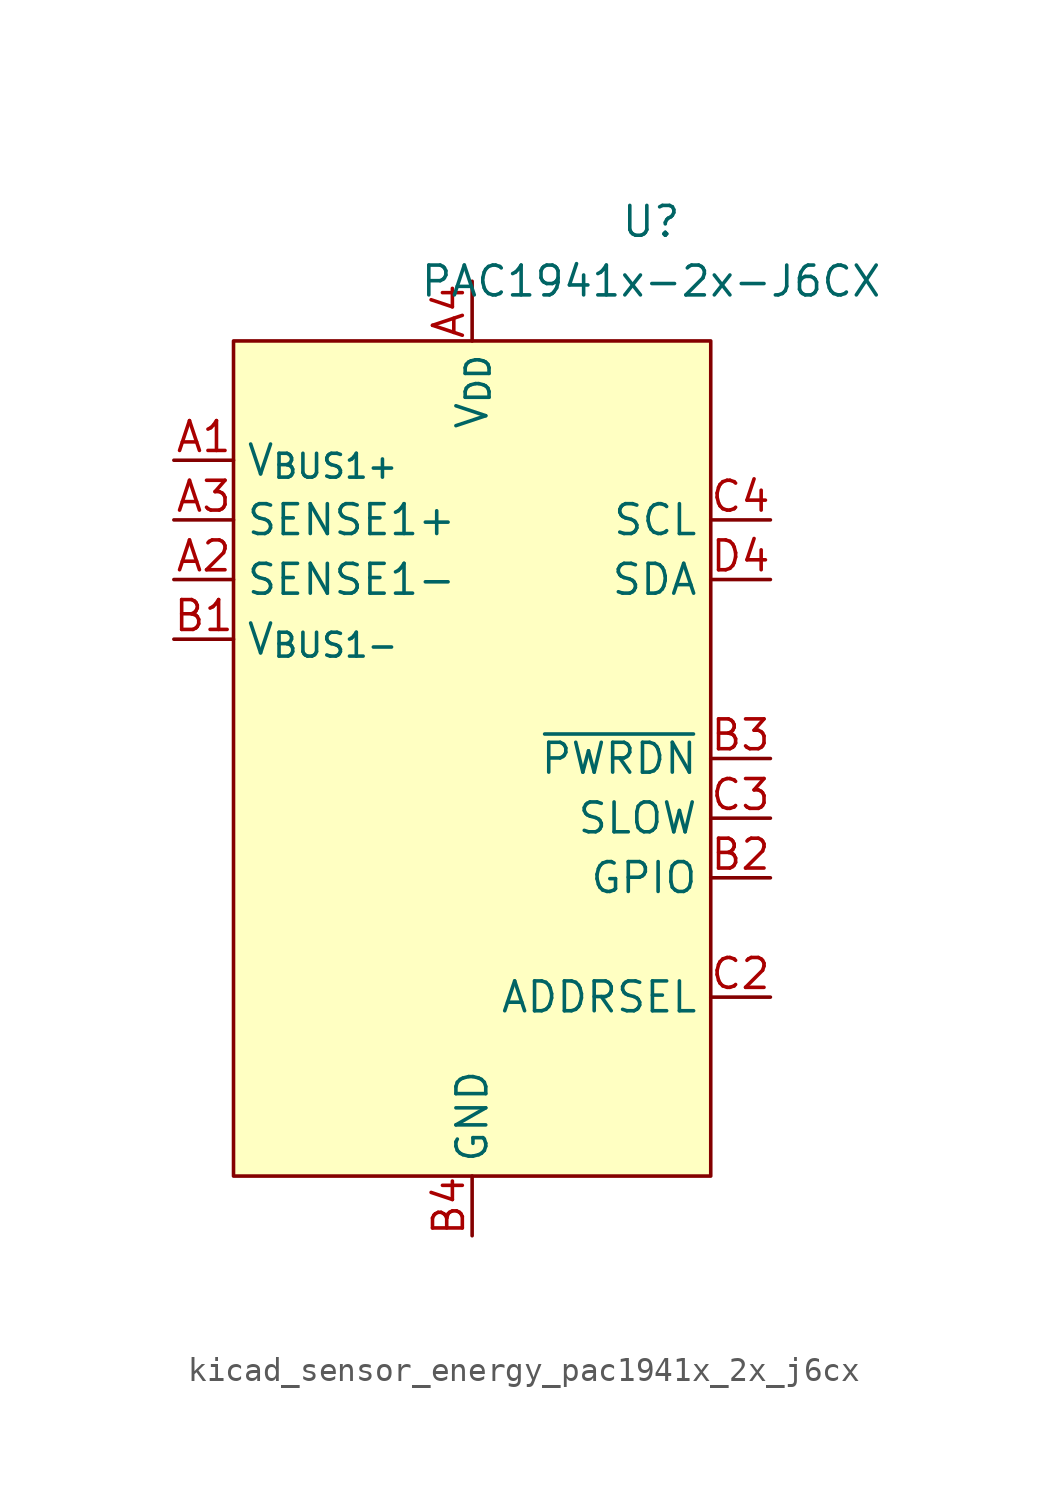
<source format=kicad_sym>
(kicad_symbol_lib
  (version 20220914)
  (generator kicad_symbol_editor)
  (symbol "kicad_sensor_energy_pac1941x_2x_j6cx"
    (property "Reference" "U"
      (at 7.62 22.86 0)
      (effects (font (size 1.27 1.27))))
    (property "Value" "PAC1941x-2x-J6CX"
      (at 7.62 20.32 0)
      (effects (font (size 1.27 1.27))))
    (symbol "kicad_sensor_energy_pac1941x_2x_j6cx_0_0"
      (pin input line (at -12.7 12.7 0) (length 2.54) (name "V_{BUS1+}" (effects (font (size 1.27 1.27)))) (number "A1" (effects (font (size 1.27 1.27)))))
      (pin input line (at -12.7 7.62 0) (length 2.54) (name "SENSE1-" (effects (font (size 1.27 1.27)))) (number "A2" (effects (font (size 1.27 1.27)))))
      (pin input line (at -12.7 10.16 0) (length 2.54) (name "SENSE1+" (effects (font (size 1.27 1.27)))) (number "A3" (effects (font (size 1.27 1.27)))))
      (pin power_in line (at 0 20.32 270) (length 2.54) (name "V_{DD}" (effects (font (size 1.27 1.27)))) (number "A4" (effects (font (size 1.27 1.27)))))
      (pin input line (at -12.7 5.08 0) (length 2.54) (name "V_{BUS1-}" (effects (font (size 1.27 1.27)))) (number "B1" (effects (font (size 1.27 1.27)))))
      (pin bidirectional line (at 12.7 -5.08 180) (length 2.54) (name "GPIO" (effects (font (size 1.27 1.27)))) (number "B2" (effects (font (size 1.27 1.27)))) (alternate "~{ALERT2}" open_collector line))
      (pin input line (at 12.7 0 180) (length 2.54) (name "~{PWRDN}" (effects (font (size 1.27 1.27)))) (number "B3" (effects (font (size 1.27 1.27)))))
      (pin power_in line (at 0 -20.32 90) (length 2.54) (name "GND" (effects (font (size 1.27 1.27)))) (number "B4" (effects (font (size 1.27 1.27)))))
      (pin passive line (at 0 -20.32 90) (length 2.54) hide (name "GND" (effects (font (size 1.27 1.27)))) (number "C1" (effects (font (size 1.27 1.27)))))
      (pin passive line (at 12.7 -10.16 180) (length 2.54) (name "ADDRSEL" (effects (font (size 1.27 1.27)))) (number "C2" (effects (font (size 1.27 1.27)))))
      (pin input line (at 12.7 -2.54 180) (length 2.54) (name "SLOW" (effects (font (size 1.27 1.27)))) (number "C3" (effects (font (size 1.27 1.27)))) (alternate "GPIO" bidirectional line) (alternate "~{ALERT1}" open_collector line))
      (pin input line (at 12.7 10.16 180) (length 2.54) (name "SCL" (effects (font (size 1.27 1.27)))) (number "C4" (effects (font (size 1.27 1.27)))) (alternate "SM_CLK" input line))
      (pin passive line (at 0 -20.32 90) (length 2.54) hide (name "GND" (effects (font (size 1.27 1.27)))) (number "D1" (effects (font (size 1.27 1.27)))))
      (pin passive line (at 0 -20.32 90) (length 2.54) hide (name "GND" (effects (font (size 1.27 1.27)))) (number "D2" (effects (font (size 1.27 1.27)))))
      (pin passive line (at 0 -20.32 90) (length 2.54) hide (name "GND" (effects (font (size 1.27 1.27)))) (number "D3" (effects (font (size 1.27 1.27)))))
      (pin bidirectional line (at 12.7 7.62 180) (length 2.54) (name "SDA" (effects (font (size 1.27 1.27)))) (number "D4" (effects (font (size 1.27 1.27)))) (alternate "SM_DATA" bidirectional line)))
    (symbol "kicad_sensor_energy_pac1941x_2x_j6cx_0_1"
      (rectangle (start -10.16 17.78) (end 10.16 -17.78) (stroke (width 0) (type default)) (fill (type background))))))
</source>
